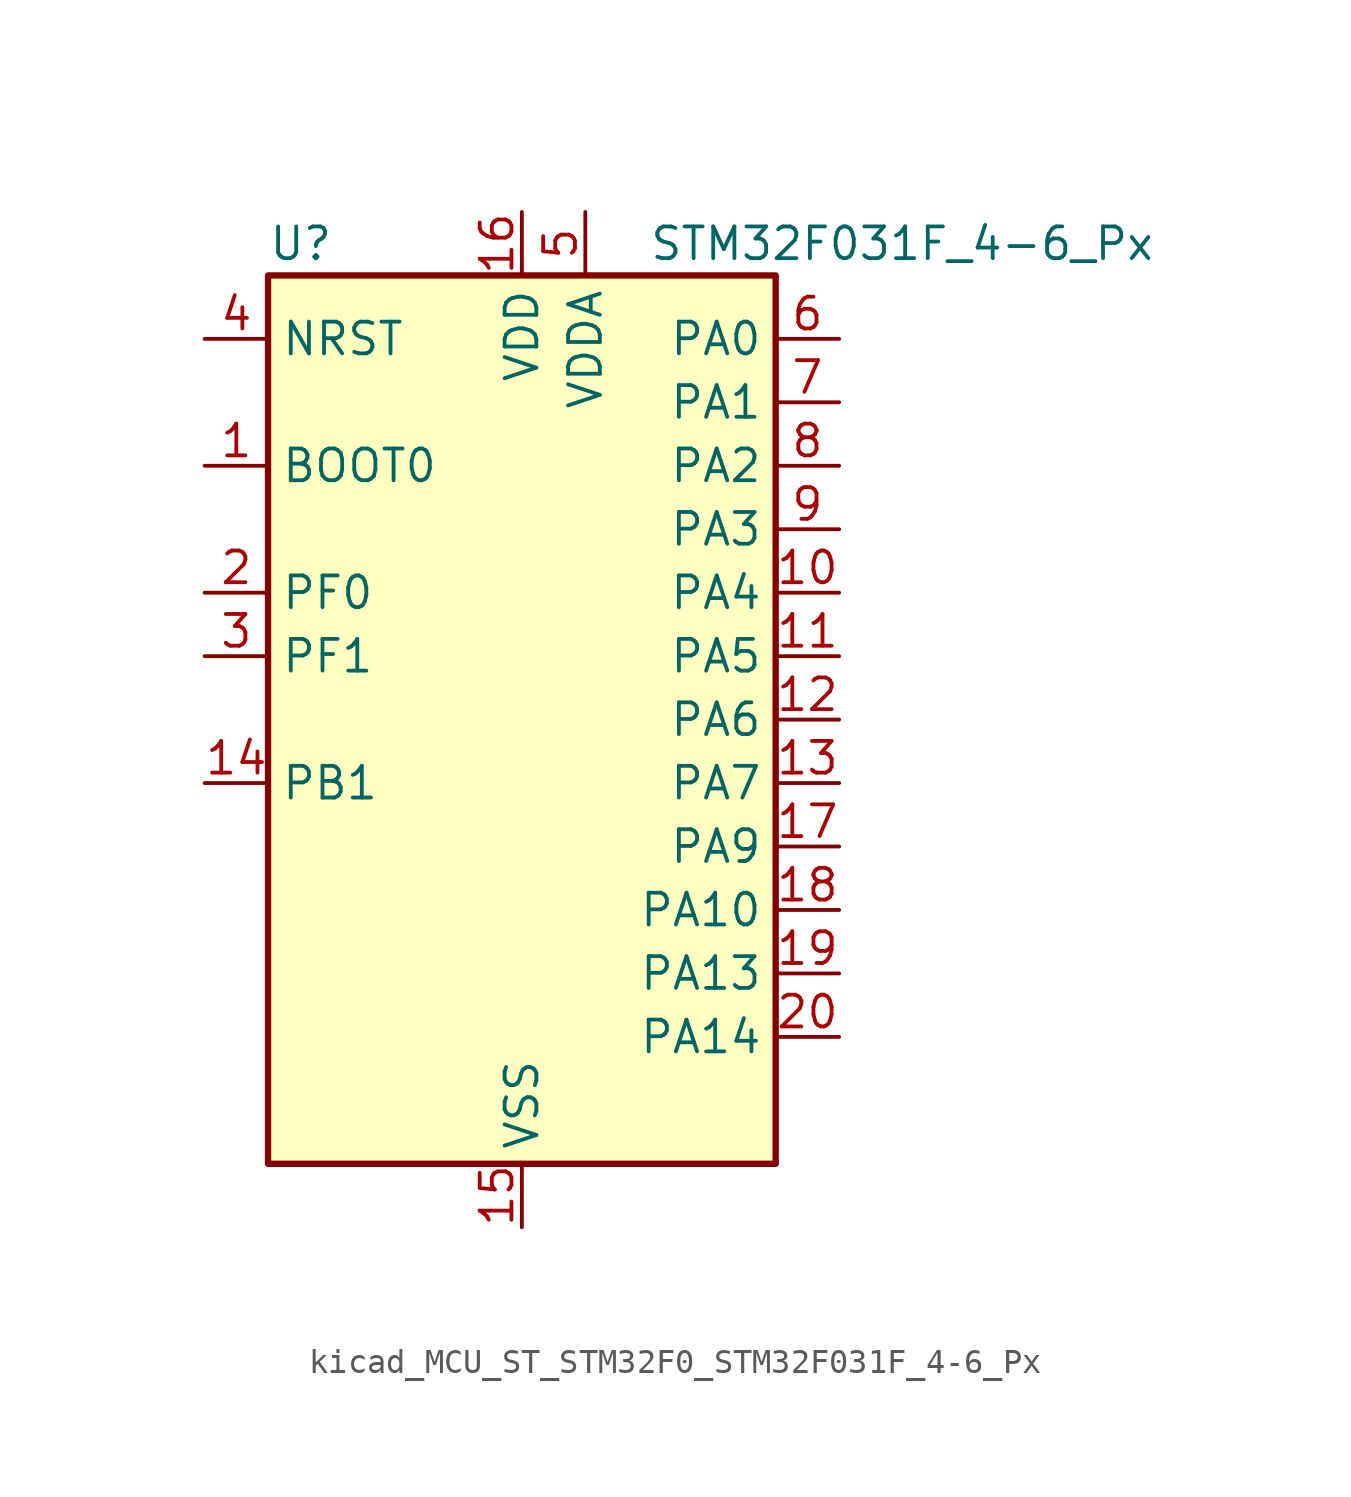
<source format=kicad_sym>
(kicad_symbol_lib
  (version 20220914)
  (generator kicad_symbol_editor)
  (symbol "kicad_MCU_ST_STM32F0_STM32F031F_4-6_Px"
    (property "Reference" "U"
      (at -10.16 19.05 0)
      (effects (font (size 1.27 1.27)) (justify left)))
    (property "Value" "STM32F031F_4-6_Px"
      (at 5.08 19.05 0)
      (effects (font (size 1.27 1.27)) (justify left)))
    (property "ki_locked" ""
      (at 0 0 0)
      (effects (font (size 1.27 1.27))))
    (symbol "kicad_MCU_ST_STM32F0_STM32F031F_4-6_Px_0_1"
      (rectangle (start -10.16 -17.78) (end 10.16 17.78) (stroke (width 0.254) (type default)) (fill (type background))))
    (symbol "kicad_MCU_ST_STM32F0_STM32F031F_4-6_Px_1_1"
      (pin input line (at -12.7 10.16 0) (length 2.54) (name "BOOT0" (effects (font (size 1.27 1.27)))) (number "1" (effects (font (size 1.27 1.27)))))
      (pin bidirectional line (at 12.7 5.08 180) (length 2.54) (name "PA4" (effects (font (size 1.27 1.27)))) (number "10" (effects (font (size 1.27 1.27)))) (alternate "ADC_IN4" bidirectional line) (alternate "I2S1_WS" bidirectional line) (alternate "SPI1_NSS" bidirectional line) (alternate "TIM14_CH1" bidirectional line) (alternate "USART1_CK" bidirectional line))
      (pin bidirectional line (at 12.7 2.54 180) (length 2.54) (name "PA5" (effects (font (size 1.27 1.27)))) (number "11" (effects (font (size 1.27 1.27)))) (alternate "ADC_IN5" bidirectional line) (alternate "I2S1_CK" bidirectional line) (alternate "SPI1_SCK" bidirectional line) (alternate "TIM2_CH1" bidirectional line) (alternate "TIM2_ETR" bidirectional line))
      (pin bidirectional line (at 12.7 0 180) (length 2.54) (name "PA6" (effects (font (size 1.27 1.27)))) (number "12" (effects (font (size 1.27 1.27)))) (alternate "ADC_IN6" bidirectional line) (alternate "I2S1_MCK" bidirectional line) (alternate "SPI1_MISO" bidirectional line) (alternate "TIM16_CH1" bidirectional line) (alternate "TIM1_BKIN" bidirectional line) (alternate "TIM3_CH1" bidirectional line))
      (pin bidirectional line (at 12.7 -2.54 180) (length 2.54) (name "PA7" (effects (font (size 1.27 1.27)))) (number "13" (effects (font (size 1.27 1.27)))) (alternate "ADC_IN7" bidirectional line) (alternate "I2S1_SD" bidirectional line) (alternate "SPI1_MOSI" bidirectional line) (alternate "TIM14_CH1" bidirectional line) (alternate "TIM17_CH1" bidirectional line) (alternate "TIM1_CH1N" bidirectional line) (alternate "TIM3_CH2" bidirectional line))
      (pin bidirectional line (at -12.7 -2.54 0) (length 2.54) (name "PB1" (effects (font (size 1.27 1.27)))) (number "14" (effects (font (size 1.27 1.27)))) (alternate "ADC_IN9" bidirectional line) (alternate "TIM14_CH1" bidirectional line) (alternate "TIM1_CH3N" bidirectional line) (alternate "TIM3_CH4" bidirectional line))
      (pin power_in line (at 0 -20.32 90) (length 2.54) (name "VSS" (effects (font (size 1.27 1.27)))) (number "15" (effects (font (size 1.27 1.27)))))
      (pin power_in line (at 0 20.32 270) (length 2.54) (name "VDD" (effects (font (size 1.27 1.27)))) (number "16" (effects (font (size 1.27 1.27)))))
      (pin bidirectional line (at 12.7 -5.08 180) (length 2.54) (name "PA9" (effects (font (size 1.27 1.27)))) (number "17" (effects (font (size 1.27 1.27)))) (alternate "I2C1_SCL" bidirectional line) (alternate "TIM1_CH2" bidirectional line) (alternate "USART1_TX" bidirectional line))
      (pin bidirectional line (at 12.7 -7.62 180) (length 2.54) (name "PA10" (effects (font (size 1.27 1.27)))) (number "18" (effects (font (size 1.27 1.27)))) (alternate "I2C1_SDA" bidirectional line) (alternate "TIM17_BKIN" bidirectional line) (alternate "TIM1_CH3" bidirectional line) (alternate "USART1_RX" bidirectional line))
      (pin bidirectional line (at 12.7 -10.16 180) (length 2.54) (name "PA13" (effects (font (size 1.27 1.27)))) (number "19" (effects (font (size 1.27 1.27)))) (alternate "IR_OUT" bidirectional line) (alternate "SYS_SWDIO" bidirectional line))
      (pin bidirectional line (at -12.7 5.08 0) (length 2.54) (name "PF0" (effects (font (size 1.27 1.27)))) (number "2" (effects (font (size 1.27 1.27)))) (alternate "RCC_OSC_IN" bidirectional line))
      (pin bidirectional line (at 12.7 -12.7 180) (length 2.54) (name "PA14" (effects (font (size 1.27 1.27)))) (number "20" (effects (font (size 1.27 1.27)))) (alternate "SYS_SWCLK" bidirectional line) (alternate "USART1_TX" bidirectional line))
      (pin bidirectional line (at -12.7 2.54 0) (length 2.54) (name "PF1" (effects (font (size 1.27 1.27)))) (number "3" (effects (font (size 1.27 1.27)))) (alternate "RCC_OSC_OUT" bidirectional line))
      (pin input line (at -12.7 15.24 0) (length 2.54) (name "NRST" (effects (font (size 1.27 1.27)))) (number "4" (effects (font (size 1.27 1.27)))))
      (pin power_in line (at 2.54 20.32 270) (length 2.54) (name "VDDA" (effects (font (size 1.27 1.27)))) (number "5" (effects (font (size 1.27 1.27)))))
      (pin bidirectional line (at 12.7 15.24 180) (length 2.54) (name "PA0" (effects (font (size 1.27 1.27)))) (number "6" (effects (font (size 1.27 1.27)))) (alternate "ADC_IN0" bidirectional line) (alternate "RTC_TAMP2" bidirectional line) (alternate "SYS_WKUP1" bidirectional line) (alternate "TIM2_CH1" bidirectional line) (alternate "TIM2_ETR" bidirectional line) (alternate "USART1_CTS" bidirectional line))
      (pin bidirectional line (at 12.7 12.7 180) (length 2.54) (name "PA1" (effects (font (size 1.27 1.27)))) (number "7" (effects (font (size 1.27 1.27)))) (alternate "ADC_IN1" bidirectional line) (alternate "TIM2_CH2" bidirectional line) (alternate "USART1_DE" bidirectional line) (alternate "USART1_RTS" bidirectional line))
      (pin bidirectional line (at 12.7 10.16 180) (length 2.54) (name "PA2" (effects (font (size 1.27 1.27)))) (number "8" (effects (font (size 1.27 1.27)))) (alternate "ADC_IN2" bidirectional line) (alternate "TIM2_CH3" bidirectional line) (alternate "USART1_TX" bidirectional line))
      (pin bidirectional line (at 12.7 7.62 180) (length 2.54) (name "PA3" (effects (font (size 1.27 1.27)))) (number "9" (effects (font (size 1.27 1.27)))) (alternate "ADC_IN3" bidirectional line) (alternate "TIM2_CH4" bidirectional line) (alternate "USART1_RX" bidirectional line)))))
</source>
